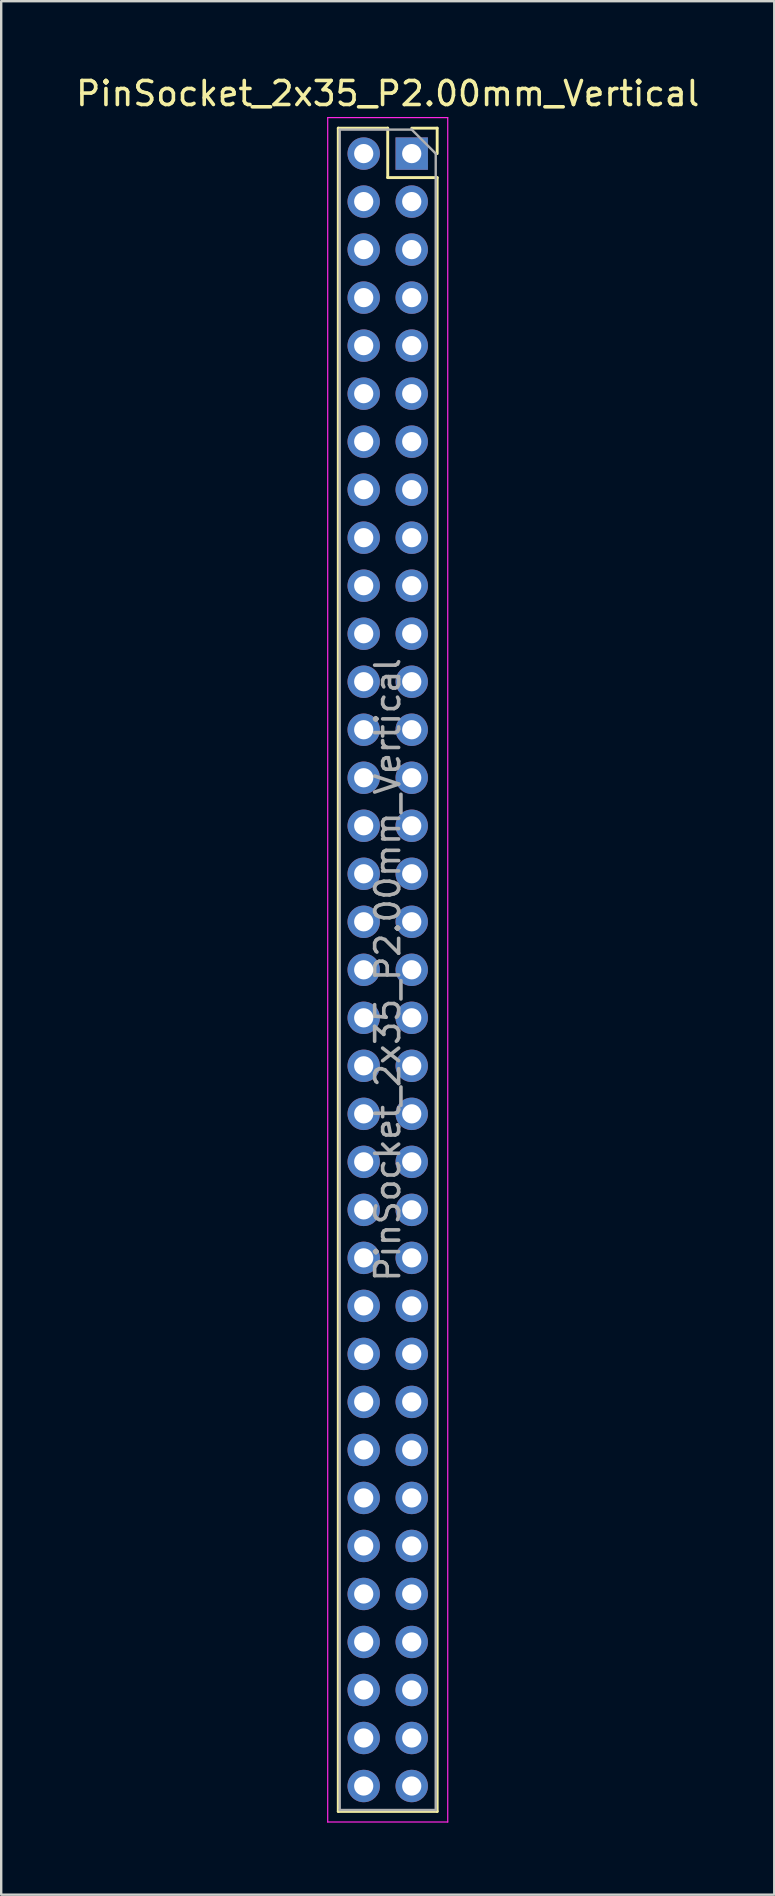
<source format=kicad_pcb>
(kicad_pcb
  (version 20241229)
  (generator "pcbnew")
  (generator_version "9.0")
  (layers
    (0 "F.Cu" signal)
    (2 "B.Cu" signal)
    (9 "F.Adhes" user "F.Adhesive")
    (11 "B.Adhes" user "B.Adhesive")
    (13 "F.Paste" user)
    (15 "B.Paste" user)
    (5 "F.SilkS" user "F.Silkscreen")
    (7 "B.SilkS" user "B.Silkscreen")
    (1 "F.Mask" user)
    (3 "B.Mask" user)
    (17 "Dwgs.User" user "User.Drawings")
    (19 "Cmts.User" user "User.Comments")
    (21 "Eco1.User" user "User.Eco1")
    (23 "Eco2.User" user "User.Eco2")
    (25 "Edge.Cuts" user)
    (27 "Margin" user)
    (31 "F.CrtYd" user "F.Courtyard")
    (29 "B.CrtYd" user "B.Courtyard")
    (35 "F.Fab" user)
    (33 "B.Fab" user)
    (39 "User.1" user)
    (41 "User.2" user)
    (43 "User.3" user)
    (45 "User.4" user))
  (footprint "PinSocket_2x35_P2.00mm_Vertical"
    (layer "F.Cu")
    (at 14.101 3.348)
    (property "Reference" "PinSocket_2x35_P2.00mm_Vertical" (at -1 -2.5 0) (layer "F.SilkS") (effects (font (size 1 1) (thickness 0.15))))
    (attr through_hole)
    (fp_line (start -3.06 -1.06) (end -3.06 69.06) (stroke (width 0.12) (type solid)) (layer "F.SilkS"))
    (fp_line (start -3.06 -1.06) (end -1 -1.06) (stroke (width 0.12) (type solid)) (layer "F.SilkS"))
    (fp_line (start -3.06 69.06) (end 1.06 69.06) (stroke (width 0.12) (type solid)) (layer "F.SilkS"))
    (fp_line (start -1 -1.06) (end -1 1) (stroke (width 0.12) (type solid)) (layer "F.SilkS"))
    (fp_line (start -1 1) (end 1.06 1) (stroke (width 0.12) (type solid)) (layer "F.SilkS"))
    (fp_line (start 0 -1.06) (end 1.06 -1.06) (stroke (width 0.12) (type solid)) (layer "F.SilkS"))
    (fp_line (start 1.06 -1.06) (end 1.06 0) (stroke (width 0.12) (type solid)) (layer "F.SilkS"))
    (fp_line (start 1.06 1) (end 1.06 69.06) (stroke (width 0.12) (type solid)) (layer "F.SilkS"))
    (fp_line (start -3.5 -1.5) (end 1.5 -1.5) (stroke (width 0.05) (type solid)) (layer "F.CrtYd"))
    (fp_line (start -3.5 69.5) (end -3.5 -1.5) (stroke (width 0.05) (type solid)) (layer "F.CrtYd"))
    (fp_line (start 1.5 -1.5) (end 1.5 69.5) (stroke (width 0.05) (type solid)) (layer "F.CrtYd"))
    (fp_line (start 1.5 69.5) (end -3.5 69.5) (stroke (width 0.05) (type solid)) (layer "F.CrtYd"))
    (fp_line (start -3 -1) (end 0 -1) (stroke (width 0.1) (type solid)) (layer "F.Fab"))
    (fp_line (start -3 69) (end -3 -1) (stroke (width 0.1) (type solid)) (layer "F.Fab"))
    (fp_line (start 0 -1) (end 1 0) (stroke (width 0.1) (type solid)) (layer "F.Fab"))
    (fp_line (start 1 0) (end 1 69) (stroke (width 0.1) (type solid)) (layer "F.Fab"))
    (fp_line (start 1 69) (end -3 69) (stroke (width 0.1) (type solid)) (layer "F.Fab"))
    (fp_text user "${REFERENCE}" (at -1 34 90) (layer "F.Fab") (effects (font (size 1 1) (thickness 0.15))))
    (pad "1" thru_hole rect (at 0 0) (size 1.35 1.35) (drill 0.8) (layers "*.Cu" "*.Mask"))
    (pad "2" thru_hole oval (at -2 0) (size 1.35 1.35) (drill 0.8) (layers "*.Cu" "*.Mask"))
    (pad "3" thru_hole oval (at 0 2) (size 1.35 1.35) (drill 0.8) (layers "*.Cu" "*.Mask"))
    (pad "4" thru_hole oval (at -2 2) (size 1.35 1.35) (drill 0.8) (layers "*.Cu" "*.Mask"))
    (pad "5" thru_hole oval (at 0 4) (size 1.35 1.35) (drill 0.8) (layers "*.Cu" "*.Mask"))
    (pad "6" thru_hole oval (at -2 4) (size 1.35 1.35) (drill 0.8) (layers "*.Cu" "*.Mask"))
    (pad "7" thru_hole oval (at 0 6) (size 1.35 1.35) (drill 0.8) (layers "*.Cu" "*.Mask"))
    (pad "8" thru_hole oval (at -2 6) (size 1.35 1.35) (drill 0.8) (layers "*.Cu" "*.Mask"))
    (pad "9" thru_hole oval (at 0 8) (size 1.35 1.35) (drill 0.8) (layers "*.Cu" "*.Mask"))
    (pad "10" thru_hole oval (at -2 8) (size 1.35 1.35) (drill 0.8) (layers "*.Cu" "*.Mask"))
    (pad "11" thru_hole oval (at 0 10) (size 1.35 1.35) (drill 0.8) (layers "*.Cu" "*.Mask"))
    (pad "12" thru_hole oval (at -2 10) (size 1.35 1.35) (drill 0.8) (layers "*.Cu" "*.Mask"))
    (pad "13" thru_hole oval (at 0 12) (size 1.35 1.35) (drill 0.8) (layers "*.Cu" "*.Mask"))
    (pad "14" thru_hole oval (at -2 12) (size 1.35 1.35) (drill 0.8) (layers "*.Cu" "*.Mask"))
    (pad "15" thru_hole oval (at 0 14) (size 1.35 1.35) (drill 0.8) (layers "*.Cu" "*.Mask"))
    (pad "16" thru_hole oval (at -2 14) (size 1.35 1.35) (drill 0.8) (layers "*.Cu" "*.Mask"))
    (pad "17" thru_hole oval (at 0 16) (size 1.35 1.35) (drill 0.8) (layers "*.Cu" "*.Mask"))
    (pad "18" thru_hole oval (at -2 16) (size 1.35 1.35) (drill 0.8) (layers "*.Cu" "*.Mask"))
    (pad "19" thru_hole oval (at 0 18) (size 1.35 1.35) (drill 0.8) (layers "*.Cu" "*.Mask"))
    (pad "20" thru_hole oval (at -2 18) (size 1.35 1.35) (drill 0.8) (layers "*.Cu" "*.Mask"))
    (pad "21" thru_hole oval (at 0 20) (size 1.35 1.35) (drill 0.8) (layers "*.Cu" "*.Mask"))
    (pad "22" thru_hole oval (at -2 20) (size 1.35 1.35) (drill 0.8) (layers "*.Cu" "*.Mask"))
    (pad "23" thru_hole oval (at 0 22) (size 1.35 1.35) (drill 0.8) (layers "*.Cu" "*.Mask"))
    (pad "24" thru_hole oval (at -2 22) (size 1.35 1.35) (drill 0.8) (layers "*.Cu" "*.Mask"))
    (pad "25" thru_hole oval (at 0 24) (size 1.35 1.35) (drill 0.8) (layers "*.Cu" "*.Mask"))
    (pad "26" thru_hole oval (at -2 24) (size 1.35 1.35) (drill 0.8) (layers "*.Cu" "*.Mask"))
    (pad "27" thru_hole oval (at 0 26) (size 1.35 1.35) (drill 0.8) (layers "*.Cu" "*.Mask"))
    (pad "28" thru_hole oval (at -2 26) (size 1.35 1.35) (drill 0.8) (layers "*.Cu" "*.Mask"))
    (pad "29" thru_hole oval (at 0 28) (size 1.35 1.35) (drill 0.8) (layers "*.Cu" "*.Mask"))
    (pad "30" thru_hole oval (at -2 28) (size 1.35 1.35) (drill 0.8) (layers "*.Cu" "*.Mask"))
    (pad "31" thru_hole oval (at 0 30) (size 1.35 1.35) (drill 0.8) (layers "*.Cu" "*.Mask"))
    (pad "32" thru_hole oval (at -2 30) (size 1.35 1.35) (drill 0.8) (layers "*.Cu" "*.Mask"))
    (pad "33" thru_hole oval (at 0 32) (size 1.35 1.35) (drill 0.8) (layers "*.Cu" "*.Mask"))
    (pad "34" thru_hole oval (at -2 32) (size 1.35 1.35) (drill 0.8) (layers "*.Cu" "*.Mask"))
    (pad "35" thru_hole oval (at 0 34) (size 1.35 1.35) (drill 0.8) (layers "*.Cu" "*.Mask"))
    (pad "36" thru_hole oval (at -2 34) (size 1.35 1.35) (drill 0.8) (layers "*.Cu" "*.Mask"))
    (pad "37" thru_hole oval (at 0 36) (size 1.35 1.35) (drill 0.8) (layers "*.Cu" "*.Mask"))
    (pad "38" thru_hole oval (at -2 36) (size 1.35 1.35) (drill 0.8) (layers "*.Cu" "*.Mask"))
    (pad "39" thru_hole oval (at 0 38) (size 1.35 1.35) (drill 0.8) (layers "*.Cu" "*.Mask"))
    (pad "40" thru_hole oval (at -2 38) (size 1.35 1.35) (drill 0.8) (layers "*.Cu" "*.Mask"))
    (pad "41" thru_hole oval (at 0 40) (size 1.35 1.35) (drill 0.8) (layers "*.Cu" "*.Mask"))
    (pad "42" thru_hole oval (at -2 40) (size 1.35 1.35) (drill 0.8) (layers "*.Cu" "*.Mask"))
    (pad "43" thru_hole oval (at 0 42) (size 1.35 1.35) (drill 0.8) (layers "*.Cu" "*.Mask"))
    (pad "44" thru_hole oval (at -2 42) (size 1.35 1.35) (drill 0.8) (layers "*.Cu" "*.Mask"))
    (pad "45" thru_hole oval (at 0 44) (size 1.35 1.35) (drill 0.8) (layers "*.Cu" "*.Mask"))
    (pad "46" thru_hole oval (at -2 44) (size 1.35 1.35) (drill 0.8) (layers "*.Cu" "*.Mask"))
    (pad "47" thru_hole oval (at 0 46) (size 1.35 1.35) (drill 0.8) (layers "*.Cu" "*.Mask"))
    (pad "48" thru_hole oval (at -2 46) (size 1.35 1.35) (drill 0.8) (layers "*.Cu" "*.Mask"))
    (pad "49" thru_hole oval (at 0 48) (size 1.35 1.35) (drill 0.8) (layers "*.Cu" "*.Mask"))
    (pad "50" thru_hole oval (at -2 48) (size 1.35 1.35) (drill 0.8) (layers "*.Cu" "*.Mask"))
    (pad "51" thru_hole oval (at 0 50) (size 1.35 1.35) (drill 0.8) (layers "*.Cu" "*.Mask"))
    (pad "52" thru_hole oval (at -2 50) (size 1.35 1.35) (drill 0.8) (layers "*.Cu" "*.Mask"))
    (pad "53" thru_hole oval (at 0 52) (size 1.35 1.35) (drill 0.8) (layers "*.Cu" "*.Mask"))
    (pad "54" thru_hole oval (at -2 52) (size 1.35 1.35) (drill 0.8) (layers "*.Cu" "*.Mask"))
    (pad "55" thru_hole oval (at 0 54) (size 1.35 1.35) (drill 0.8) (layers "*.Cu" "*.Mask"))
    (pad "56" thru_hole oval (at -2 54) (size 1.35 1.35) (drill 0.8) (layers "*.Cu" "*.Mask"))
    (pad "57" thru_hole oval (at 0 56) (size 1.35 1.35) (drill 0.8) (layers "*.Cu" "*.Mask"))
    (pad "58" thru_hole oval (at -2 56) (size 1.35 1.35) (drill 0.8) (layers "*.Cu" "*.Mask"))
    (pad "59" thru_hole oval (at 0 58) (size 1.35 1.35) (drill 0.8) (layers "*.Cu" "*.Mask"))
    (pad "60" thru_hole oval (at -2 58) (size 1.35 1.35) (drill 0.8) (layers "*.Cu" "*.Mask"))
    (pad "61" thru_hole oval (at 0 60) (size 1.35 1.35) (drill 0.8) (layers "*.Cu" "*.Mask"))
    (pad "62" thru_hole oval (at -2 60) (size 1.35 1.35) (drill 0.8) (layers "*.Cu" "*.Mask"))
    (pad "63" thru_hole oval (at 0 62) (size 1.35 1.35) (drill 0.8) (layers "*.Cu" "*.Mask"))
    (pad "64" thru_hole oval (at -2 62) (size 1.35 1.35) (drill 0.8) (layers "*.Cu" "*.Mask"))
    (pad "65" thru_hole oval (at 0 64) (size 1.35 1.35) (drill 0.8) (layers "*.Cu" "*.Mask"))
    (pad "66" thru_hole oval (at -2 64) (size 1.35 1.35) (drill 0.8) (layers "*.Cu" "*.Mask"))
    (pad "67" thru_hole oval (at 0 66) (size 1.35 1.35) (drill 0.8) (layers "*.Cu" "*.Mask"))
    (pad "68" thru_hole oval (at -2 66) (size 1.35 1.35) (drill 0.8) (layers "*.Cu" "*.Mask"))
    (pad "69" thru_hole oval (at 0 68) (size 1.35 1.35) (drill 0.8) (layers "*.Cu" "*.Mask"))
    (pad "70" thru_hole oval (at -2 68) (size 1.35 1.35) (drill 0.8) (layers "*.Cu" "*.Mask")))
  (gr_rect
    (start -3 -3)
    (end 29.202 75.873)
    (stroke (width 0.1) (type default))
    (fill no)
    (layer "Edge.Cuts")))
</source>
